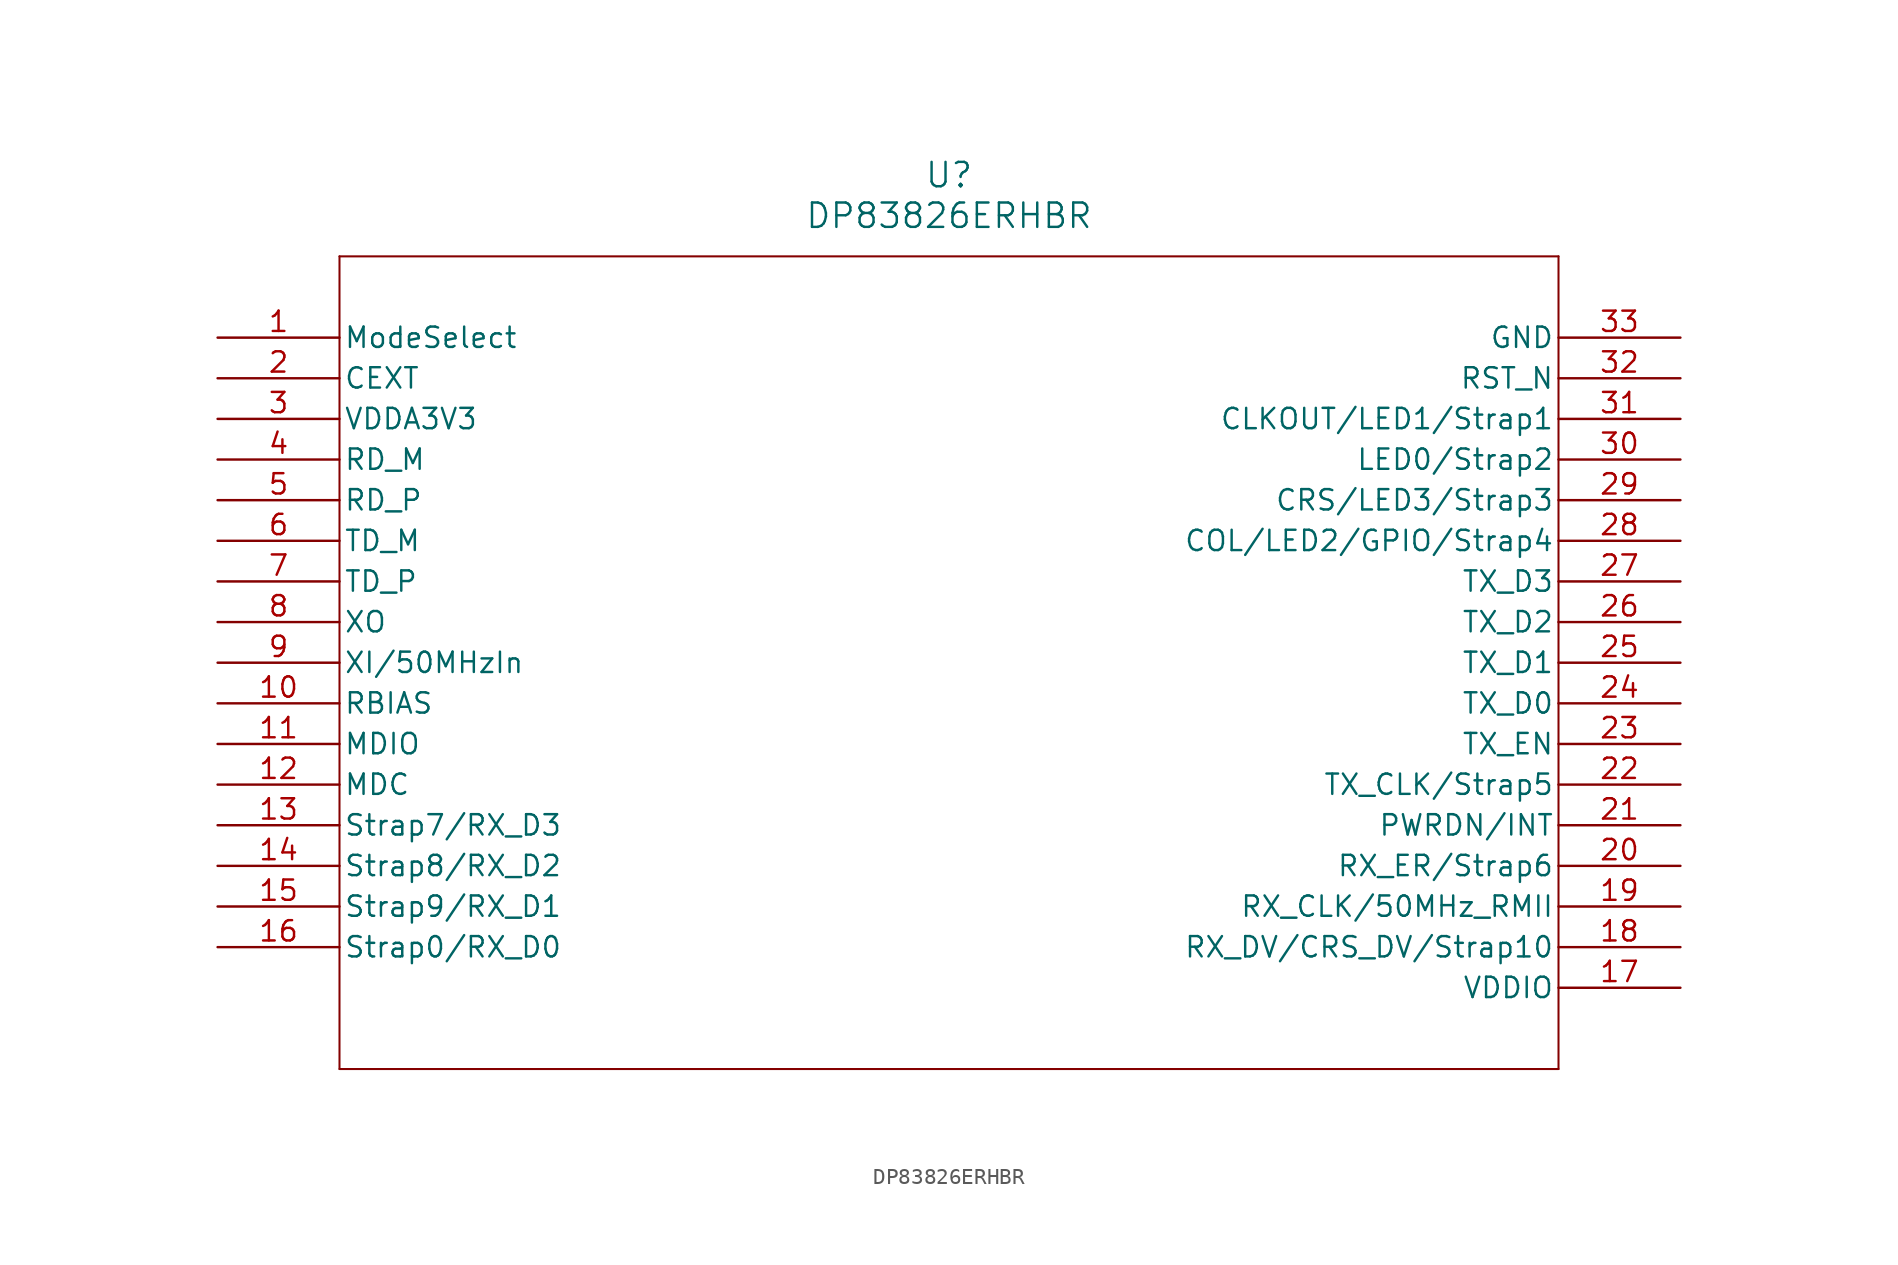
<source format=kicad_sym>
(kicad_symbol_lib
  (version 20211014)
  (generator kicad_symbol_editor)
  (symbol "DP83826ERHBR"
    (pin_names
      (offset 0.254))
    (property "Reference" "U"
      (at 45.72 10.16 0)
      (effects (font (size 1.524 1.524))))
    (property "Value" "DP83826ERHBR"
      (at 45.72 7.62 0)
      (effects (font (size 1.524 1.524))))
    (symbol "DP83826ERHBR_0_1"
      (polyline (pts (xy 7.62 5.08) (xy 7.62 -45.72)) (stroke (width 0.127) (type default) (color 0 0 0 0)) (fill (type none)))
      (polyline (pts (xy 7.62 -45.72) (xy 83.82 -45.72)) (stroke (width 0.127) (type default) (color 0 0 0 0)) (fill (type none)))
      (polyline (pts (xy 83.82 -45.72) (xy 83.82 5.08)) (stroke (width 0.127) (type default) (color 0 0 0 0)) (fill (type none)))
      (polyline (pts (xy 83.82 5.08) (xy 7.62 5.08)) (stroke (width 0.127) (type default) (color 0 0 0 0)) (fill (type none)))
      (pin unspecified line (at 0 0 0) (length 7.62) (name "ModeSelect" (effects (font (size 1.27 1.27)))) (number "1" (effects (font (size 1.27 1.27)))))
      (pin unspecified line (at 0 -2.54 0) (length 7.62) (name "CEXT" (effects (font (size 1.27 1.27)))) (number "2" (effects (font (size 1.27 1.27)))))
      (pin power_in line (at 0 -5.08 0) (length 7.62) (name "VDDA3V3" (effects (font (size 1.27 1.27)))) (number "3" (effects (font (size 1.27 1.27)))))
      (pin unspecified line (at 0 -7.62 0) (length 7.62) (name "RD_M" (effects (font (size 1.27 1.27)))) (number "4" (effects (font (size 1.27 1.27)))))
      (pin unspecified line (at 0 -10.16 0) (length 7.62) (name "RD_P" (effects (font (size 1.27 1.27)))) (number "5" (effects (font (size 1.27 1.27)))))
      (pin unspecified line (at 0 -12.7 0) (length 7.62) (name "TD_M" (effects (font (size 1.27 1.27)))) (number "6" (effects (font (size 1.27 1.27)))))
      (pin unspecified line (at 0 -15.24 0) (length 7.62) (name "TD_P" (effects (font (size 1.27 1.27)))) (number "7" (effects (font (size 1.27 1.27)))))
      (pin unspecified line (at 0 -17.78 0) (length 7.62) (name "XO" (effects (font (size 1.27 1.27)))) (number "8" (effects (font (size 1.27 1.27)))))
      (pin unspecified line (at 0 -20.32 0) (length 7.62) (name "XI/50MHzIn" (effects (font (size 1.27 1.27)))) (number "9" (effects (font (size 1.27 1.27)))))
      (pin unspecified line (at 0 -22.86 0) (length 7.62) (name "RBIAS" (effects (font (size 1.27 1.27)))) (number "10" (effects (font (size 1.27 1.27)))))
      (pin unspecified line (at 0 -25.4 0) (length 7.62) (name "MDIO" (effects (font (size 1.27 1.27)))) (number "11" (effects (font (size 1.27 1.27)))))
      (pin unspecified line (at 0 -27.94 0) (length 7.62) (name "MDC" (effects (font (size 1.27 1.27)))) (number "12" (effects (font (size 1.27 1.27)))))
      (pin bidirectional line (at 0 -30.48 0) (length 7.62) (name "Strap7/RX_D3" (effects (font (size 1.27 1.27)))) (number "13" (effects (font (size 1.27 1.27)))))
      (pin bidirectional line (at 0 -33.02 0) (length 7.62) (name "Strap8/RX_D2" (effects (font (size 1.27 1.27)))) (number "14" (effects (font (size 1.27 1.27)))))
      (pin bidirectional line (at 0 -35.56 0) (length 7.62) (name "Strap9/RX_D1" (effects (font (size 1.27 1.27)))) (number "15" (effects (font (size 1.27 1.27)))))
      (pin bidirectional line (at 0 -38.1 0) (length 7.62) (name "Strap0/RX_D0" (effects (font (size 1.27 1.27)))) (number "16" (effects (font (size 1.27 1.27)))))
      (pin power_in line (at 91.44 -40.64 180) (length 7.62) (name "VDDIO" (effects (font (size 1.27 1.27)))) (number "17" (effects (font (size 1.27 1.27)))))
      (pin unspecified line (at 91.44 -38.1 180) (length 7.62) (name "RX_DV/CRS_DV/Strap10" (effects (font (size 1.27 1.27)))) (number "18" (effects (font (size 1.27 1.27)))))
      (pin unspecified line (at 91.44 -35.56 180) (length 7.62) (name "RX_CLK/50MHz_RMII" (effects (font (size 1.27 1.27)))) (number "19" (effects (font (size 1.27 1.27)))))
      (pin unspecified line (at 91.44 -33.02 180) (length 7.62) (name "RX_ER/Strap6" (effects (font (size 1.27 1.27)))) (number "20" (effects (font (size 1.27 1.27)))))
      (pin unspecified line (at 91.44 -30.48 180) (length 7.62) (name "PWRDN/INT" (effects (font (size 1.27 1.27)))) (number "21" (effects (font (size 1.27 1.27)))))
      (pin unspecified line (at 91.44 -27.94 180) (length 7.62) (name "TX_CLK/Strap5" (effects (font (size 1.27 1.27)))) (number "22" (effects (font (size 1.27 1.27)))))
      (pin unspecified line (at 91.44 -25.4 180) (length 7.62) (name "TX_EN" (effects (font (size 1.27 1.27)))) (number "23" (effects (font (size 1.27 1.27)))))
      (pin bidirectional line (at 91.44 -22.86 180) (length 7.62) (name "TX_D0" (effects (font (size 1.27 1.27)))) (number "24" (effects (font (size 1.27 1.27)))))
      (pin bidirectional line (at 91.44 -20.32 180) (length 7.62) (name "TX_D1" (effects (font (size 1.27 1.27)))) (number "25" (effects (font (size 1.27 1.27)))))
      (pin bidirectional line (at 91.44 -17.78 180) (length 7.62) (name "TX_D2" (effects (font (size 1.27 1.27)))) (number "26" (effects (font (size 1.27 1.27)))))
      (pin bidirectional line (at 91.44 -15.24 180) (length 7.62) (name "TX_D3" (effects (font (size 1.27 1.27)))) (number "27" (effects (font (size 1.27 1.27)))))
      (pin bidirectional line (at 91.44 -12.7 180) (length 7.62) (name "COL/LED2/GPIO/Strap4" (effects (font (size 1.27 1.27)))) (number "28" (effects (font (size 1.27 1.27)))))
      (pin bidirectional line (at 91.44 -10.16 180) (length 7.62) (name "CRS/LED3/Strap3" (effects (font (size 1.27 1.27)))) (number "29" (effects (font (size 1.27 1.27)))))
      (pin bidirectional line (at 91.44 -7.62 180) (length 7.62) (name "LED0/Strap2" (effects (font (size 1.27 1.27)))) (number "30" (effects (font (size 1.27 1.27)))))
      (pin bidirectional line (at 91.44 -5.08 180) (length 7.62) (name "CLKOUT/LED1/Strap1" (effects (font (size 1.27 1.27)))) (number "31" (effects (font (size 1.27 1.27)))))
      (pin unspecified line (at 91.44 -2.54 180) (length 7.62) (name "RST_N" (effects (font (size 1.27 1.27)))) (number "32" (effects (font (size 1.27 1.27)))))
      (pin power_out line (at 91.44 0 180) (length 7.62) (name "GND" (effects (font (size 1.27 1.27)))) (number "33" (effects (font (size 1.27 1.27))))))))
</source>
